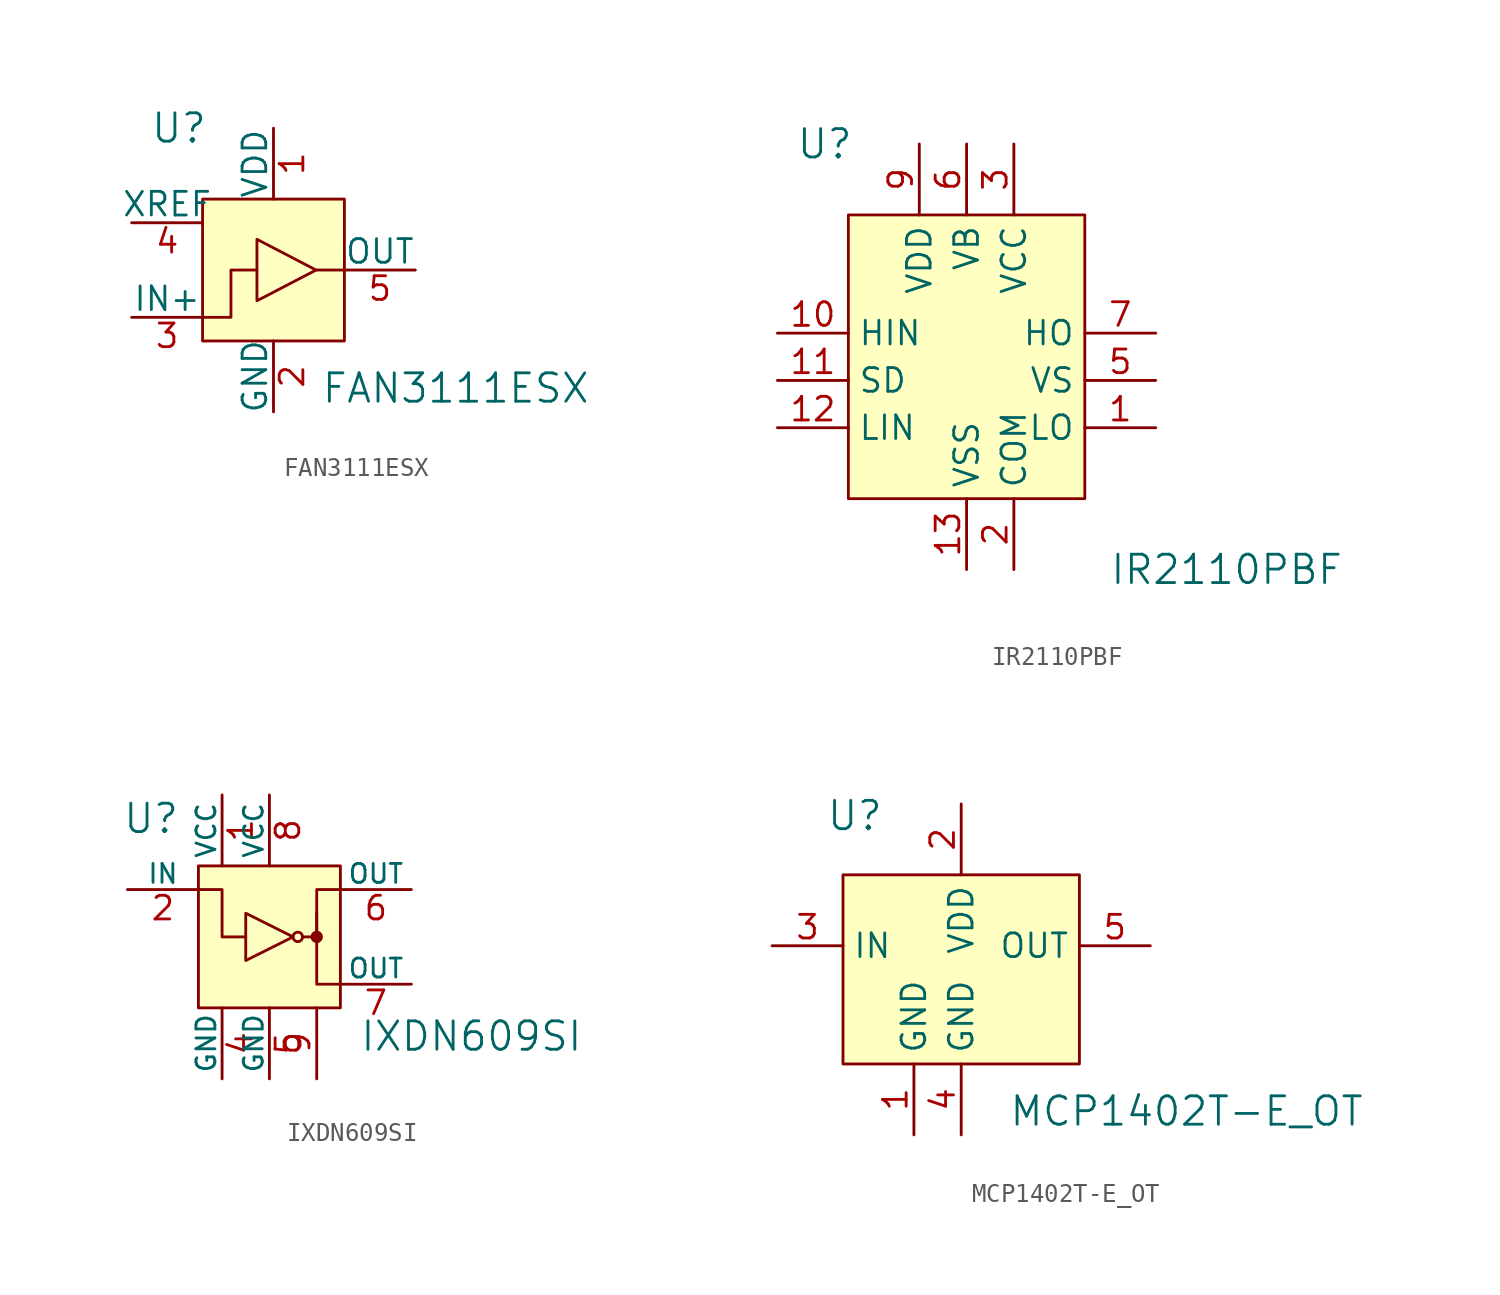
<source format=kicad_sym>
(kicad_symbol_lib
  (version 20211014)
  (generator kicad_symbol_editor)
  (symbol "FAN3111ESX"
    (pin_names
      (offset 0))
    (property "Reference" "U"
      (at -5.08 7.62 0)
      (effects (font (size 1.524 1.524))))
    (property "Value" "FAN3111ESX"
      (at 2.54 -6.35 0)
      (effects (font (size 1.524 1.524)) (justify left)))
    (symbol "FAN3111ESX_0_1"
      (rectangle (start -3.81 3.81) (end 3.81 -3.81) (stroke (width 0) (type default) (color 0 0 0 0)) (fill (type background)))
      (polyline (pts (xy 3.81 0) (xy 2.286 0)) (stroke (width 0) (type default) (color 0 0 0 0)) (fill (type none)))
      (polyline (pts (xy -3.81 -2.54) (xy -2.286 -2.54) (xy -2.286 0) (xy -0.889 0)) (stroke (width 0) (type default) (color 0 0 0 0)) (fill (type none)))
      (polyline (pts (xy -0.889 1.651) (xy -0.889 -1.651) (xy 2.286 0) (xy -0.889 1.651)) (stroke (width 0) (type default) (color 0 0 0 0)) (fill (type none))))
    (symbol "FAN3111ESX_1_1"
      (pin power_in line (at 0 7.62 270) (length 3.81) (name "VDD" (effects (font (size 1.27 1.27)))) (number "1" (effects (font (size 1.27 1.27)))))
      (pin power_in line (at 0 -7.62 90) (length 3.81) (name "GND" (effects (font (size 1.27 1.27)))) (number "2" (effects (font (size 1.27 1.27)))))
      (pin input line (at -7.62 -2.54 0) (length 3.81) (name "IN+" (effects (font (size 1.27 1.27)))) (number "3" (effects (font (size 1.27 1.27)))))
      (pin input line (at -7.62 2.54 0) (length 3.81) (name "XREF" (effects (font (size 1.27 1.27)))) (number "4" (effects (font (size 1.27 1.27)))))
      (pin output line (at 7.62 0 180) (length 3.81) (name "OUT" (effects (font (size 1.27 1.27)))) (number "5" (effects (font (size 1.27 1.27)))))))
  (symbol "IR2110PBF"
    (property "Reference" "U"
      (at -7.62 10.16 0)
      (effects (font (size 1.524 1.524))))
    (property "Value" "IR2110PBF"
      (at 13.97 -12.7 0)
      (effects (font (size 1.524 1.524))))
    (symbol "IR2110PBF_0_1"
      (rectangle (start -6.35 6.35) (end 6.35 -8.89) (stroke (width 0) (type default) (color 0 0 0 0)) (fill (type background))))
    (symbol "IR2110PBF_1_1"
      (pin output line (at 10.16 -5.08 180) (length 3.81) (name "LO" (effects (font (size 1.27 1.27)))) (number "1" (effects (font (size 1.27 1.27)))))
      (pin input line (at -10.16 0 0) (length 3.81) (name "HIN" (effects (font (size 1.27 1.27)))) (number "10" (effects (font (size 1.27 1.27)))))
      (pin input line (at -10.16 -2.54 0) (length 3.81) (name "SD" (effects (font (size 1.27 1.27)))) (number "11" (effects (font (size 1.27 1.27)))))
      (pin input line (at -10.16 -5.08 0) (length 3.81) (name "LIN" (effects (font (size 1.27 1.27)))) (number "12" (effects (font (size 1.27 1.27)))))
      (pin power_in line (at 0 -12.7 90) (length 3.81) (name "VSS" (effects (font (size 1.27 1.27)))) (number "13" (effects (font (size 1.27 1.27)))))
      (pin no_connect line (at -7.62 -8.89 0) (length 3.81) hide (name "NC" (effects (font (size 1.27 1.27)))) (number "14" (effects (font (size 1.27 1.27)))))
      (pin power_in line (at 2.54 -12.7 90) (length 3.81) (name "COM" (effects (font (size 1.27 1.27)))) (number "2" (effects (font (size 1.27 1.27)))))
      (pin power_in line (at 2.54 10.16 270) (length 3.81) (name "VCC" (effects (font (size 1.27 1.27)))) (number "3" (effects (font (size 1.27 1.27)))))
      (pin no_connect line (at -7.62 -6.35 0) (length 3.81) hide (name "NC" (effects (font (size 1.27 1.27)))) (number "4" (effects (font (size 1.27 1.27)))))
      (pin power_in line (at 10.16 -2.54 180) (length 3.81) (name "VS" (effects (font (size 1.27 1.27)))) (number "5" (effects (font (size 1.27 1.27)))))
      (pin power_in line (at 0 10.16 270) (length 3.81) (name "VB" (effects (font (size 1.27 1.27)))) (number "6" (effects (font (size 1.27 1.27)))))
      (pin output line (at 10.16 0 180) (length 3.81) (name "HO" (effects (font (size 1.27 1.27)))) (number "7" (effects (font (size 1.27 1.27)))))
      (pin no_connect line (at -7.62 -7.62 0) (length 3.81) hide (name "NC" (effects (font (size 1.27 1.27)))) (number "8" (effects (font (size 1.27 1.27)))))
      (pin power_in line (at -2.54 10.16 270) (length 3.81) (name "VDD" (effects (font (size 1.27 1.27)))) (number "9" (effects (font (size 1.27 1.27)))))))
  (symbol "IXDN609SI"
    (pin_names
      (offset 0))
    (property "Reference" "U"
      (at -6.35 6.35 0)
      (effects (font (size 1.524 1.524))))
    (property "Value" "IXDN609SI"
      (at 4.826 -5.334 0)
      (effects (font (size 1.524 1.524)) (justify left)))
    (symbol "IXDN609SI_0_1"
      (rectangle (start -3.81 3.81) (end 3.81 -3.81) (stroke (width 0) (type default) (color 0 0 0 0)) (fill (type background)))
      (polyline (pts (xy 2.54 1.27) (xy 2.54 -2.54) (xy 3.81 -2.54)) (stroke (width 0) (type default) (color 0 0 0 0)) (fill (type none)))
      (polyline (pts (xy -3.81 2.54) (xy -2.54 2.54) (xy -2.54 0) (xy -1.27 0)) (stroke (width 0) (type default) (color 0 0 0 0)) (fill (type none)))
      (polyline (pts (xy -1.27 1.27) (xy -1.27 -1.27) (xy 1.27 0) (xy -1.27 1.27)) (stroke (width 0) (type default) (color 0 0 0 0)) (fill (type none)))
      (polyline (pts (xy 1.778 0) (xy 2.54 0) (xy 2.54 2.54) (xy 3.81 2.54)) (stroke (width 0) (type default) (color 0 0 0 0)) (fill (type none)))
      (circle (center 1.524 0) (radius 0.254) (stroke (width 0) (type default) (color 0 0 0 0)) (fill (type none)))
      (circle (center 2.54 0) (radius 0.254) (stroke (width 0) (type default) (color 0 0 0 0)) (fill (type outline))))
    (symbol "IXDN609SI_1_1"
      (pin power_in line (at -2.54 7.62 270) (length 3.81) (name "VCC" (effects (font (size 1.016 1.016)))) (number "1" (effects (font (size 1.27 1.27)))))
      (pin input line (at -7.62 2.54 0) (length 3.81) (name "IN" (effects (font (size 1.016 1.016)))) (number "2" (effects (font (size 1.27 1.27)))))
      (pin no_connect line (at -3.81 -2.54 0) (length 3.81) hide (name "NC" (effects (font (size 1.016 1.016)))) (number "3" (effects (font (size 1.27 1.27)))))
      (pin power_in line (at -2.54 -7.62 90) (length 3.81) (name "GND" (effects (font (size 1.016 1.016)))) (number "4" (effects (font (size 1.27 1.27)))))
      (pin power_in line (at 0 -7.62 90) (length 3.81) (name "GND" (effects (font (size 1.016 1.016)))) (number "5" (effects (font (size 1.27 1.27)))))
      (pin output line (at 7.62 2.54 180) (length 3.81) (name "OUT" (effects (font (size 1.016 1.016)))) (number "6" (effects (font (size 1.27 1.27)))))
      (pin output line (at 7.62 -2.54 180) (length 3.81) (name "OUT" (effects (font (size 1.016 1.016)))) (number "7" (effects (font (size 1.27 1.27)))))
      (pin power_in line (at 0 7.62 270) (length 3.81) (name "VCC" (effects (font (size 1.016 1.016)))) (number "8" (effects (font (size 1.27 1.27)))))
      (pin unspecified line (at 2.54 -7.62 90) (length 3.81) (name "~" (effects (font (size 1.016 1.016)))) (number "9" (effects (font (size 1.27 1.27)))))))
  (symbol "MCP1402T-E_OT"
    (property "Reference" "U"
      (at -5.715 6.985 0)
      (effects (font (size 1.524 1.524))))
    (property "Value" "MCP1402T-E_OT"
      (at 2.54 -8.89 0)
      (effects (font (size 1.524 1.524)) (justify left)))
    (symbol "MCP1402T-E_OT_0_1"
      (rectangle (start -6.35 3.81) (end 6.35 -6.35) (stroke (width 0) (type default) (color 0 0 0 0)) (fill (type background))))
    (symbol "MCP1402T-E_OT_1_1"
      (pin power_in line (at -2.54 -10.16 90) (length 3.81) (name "GND" (effects (font (size 1.27 1.27)))) (number "1" (effects (font (size 1.27 1.27)))))
      (pin power_in line (at 0 7.62 270) (length 3.81) (name "VDD" (effects (font (size 1.27 1.27)))) (number "2" (effects (font (size 1.27 1.27)))))
      (pin input line (at -10.16 0 0) (length 3.81) (name "IN" (effects (font (size 1.27 1.27)))) (number "3" (effects (font (size 1.27 1.27)))))
      (pin power_in line (at 0 -10.16 90) (length 3.81) (name "GND" (effects (font (size 1.27 1.27)))) (number "4" (effects (font (size 1.27 1.27)))))
      (pin output line (at 10.16 0 180) (length 3.81) (name "OUT" (effects (font (size 1.27 1.27)))) (number "5" (effects (font (size 1.27 1.27))))))))
</source>
